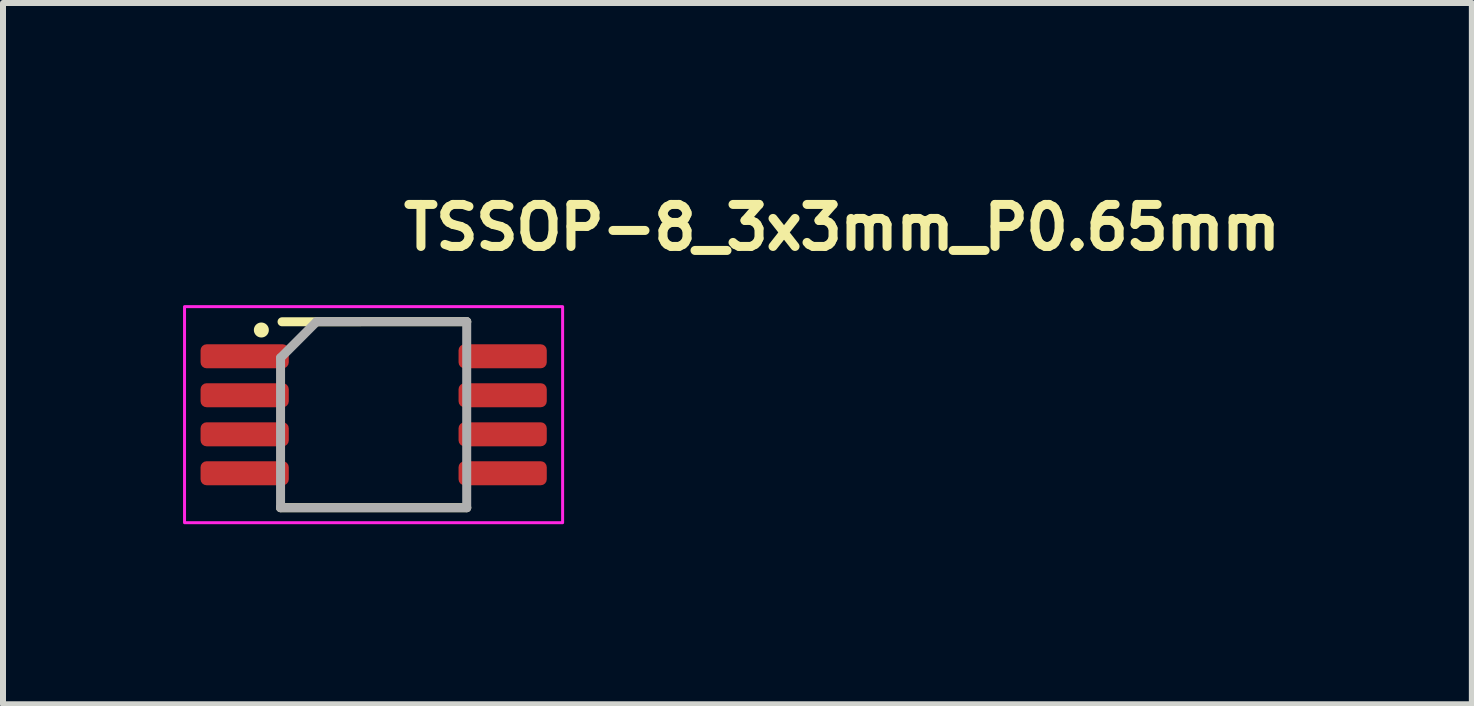
<source format=kicad_pcb>
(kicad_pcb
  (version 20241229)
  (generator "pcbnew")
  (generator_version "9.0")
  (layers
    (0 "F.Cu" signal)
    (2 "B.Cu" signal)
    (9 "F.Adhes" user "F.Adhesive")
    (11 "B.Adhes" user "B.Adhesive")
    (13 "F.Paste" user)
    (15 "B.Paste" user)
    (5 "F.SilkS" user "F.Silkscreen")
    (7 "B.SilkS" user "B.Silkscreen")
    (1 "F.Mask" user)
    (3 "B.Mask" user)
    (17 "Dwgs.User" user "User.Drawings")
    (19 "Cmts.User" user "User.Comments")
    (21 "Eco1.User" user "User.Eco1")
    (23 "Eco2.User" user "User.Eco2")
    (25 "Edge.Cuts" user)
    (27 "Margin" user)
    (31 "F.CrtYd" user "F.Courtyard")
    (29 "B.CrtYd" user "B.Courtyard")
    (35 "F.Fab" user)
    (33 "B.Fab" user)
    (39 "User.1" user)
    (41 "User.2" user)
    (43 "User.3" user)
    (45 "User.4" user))
  (footprint "TSSOP-8_3x3mm_P0.65mm"
    (layer "F.Cu")
    (at 3.175 3.849)
    (property "Reference" "TSSOP-8_3x3mm_P0.65mm" (at 0.424 -2.699 0) (layer "F.SilkS") (effects (font (size 0.7 0.7) (thickness 0.15)) (justify left bottom)))
    (attr smd)
    (fp_line (start -1.55 1.561) (end 1.552 1.561) (stroke (width 0.15) (type solid)) (layer "F.SilkS"))
    (fp_line (start -1.525 -1.537) (end 1.552 -1.539) (stroke (width 0.15) (type solid)) (layer "F.SilkS"))
    (fp_circle (center -1.87 -1.4) (end -1.82 -1.4) (stroke (width 0.15) (type solid)) (fill yes) (layer "F.SilkS"))
    (fp_rect (start -3.15 -1.789) (end 3.15 1.811) (stroke (width 0.05) (type solid)) (fill no) (layer "F.CrtYd"))
    (fp_line (start -1.55 -0.937) (end -1.55 1.561) (stroke (width 0.15) (type solid)) (layer "F.Fab"))
    (fp_line (start -1.55 -0.937) (end -0.949 -1.539) (stroke (width 0.15) (type solid)) (layer "F.Fab"))
    (fp_line (start -1.55 1.561) (end 1.552 1.561) (stroke (width 0.15) (type solid)) (layer "F.Fab"))
    (fp_line (start -0.949 -1.539) (end 1.552 -1.539) (stroke (width 0.15) (type solid)) (layer "F.Fab"))
    (fp_line (start 1.552 -1.539) (end 1.552 1.561) (stroke (width 0.15) (type solid)) (layer "F.Fab"))
    (fp_rect (start -2.449 -1.489) (end 2.451 1.513) (stroke (width 0.1) (type solid)) (fill no) (layer "User.5"))
    (fp_line (start -2.449 -0.806) (end -2.449 -1.12) (stroke (width 0.02) (type solid)) (layer "User.9"))
    (fp_line (start -2.449 -0.155) (end -2.449 -0.471) (stroke (width 0.02) (type solid)) (layer "User.9"))
    (fp_line (start -2.449 0.495) (end -2.449 0.18) (stroke (width 0.02) (type solid)) (layer "User.9"))
    (fp_line (start -2.449 1.145) (end -2.449 0.83) (stroke (width 0.02) (type solid)) (layer "User.9"))
    (fp_line (start -2.167 -1.12) (end -2.449 -1.12) (stroke (width 0.02) (type solid)) (layer "User.9"))
    (fp_line (start -2.167 -0.806) (end -2.449 -0.806) (stroke (width 0.02) (type solid)) (layer "User.9"))
    (fp_line (start -2.167 -0.471) (end -2.449 -0.471) (stroke (width 0.02) (type solid)) (layer "User.9"))
    (fp_line (start -2.167 -0.155) (end -2.449 -0.155) (stroke (width 0.02) (type solid)) (layer "User.9"))
    (fp_line (start -2.167 0.18) (end -2.449 0.18) (stroke (width 0.02) (type solid)) (layer "User.9"))
    (fp_line (start -2.167 0.495) (end -2.449 0.495) (stroke (width 0.02) (type solid)) (layer "User.9"))
    (fp_line (start -2.167 0.83) (end -2.449 0.83) (stroke (width 0.02) (type solid)) (layer "User.9"))
    (fp_line (start -2.167 1.145) (end -2.449 1.145) (stroke (width 0.02) (type solid)) (layer "User.9"))
    (fp_line (start -2.076 -1.12) (end -2.167 -1.12) (stroke (width 0.02) (type solid)) (layer "User.9"))
    (fp_line (start -2.076 -0.806) (end -2.167 -0.806) (stroke (width 0.02) (type solid)) (layer "User.9"))
    (fp_line (start -2.076 -0.471) (end -2.167 -0.471) (stroke (width 0.02) (type solid)) (layer "User.9"))
    (fp_line (start -2.076 -0.155) (end -2.167 -0.155) (stroke (width 0.02) (type solid)) (layer "User.9"))
    (fp_line (start -2.076 0.18) (end -2.167 0.18) (stroke (width 0.02) (type solid)) (layer "User.9"))
    (fp_line (start -2.076 0.495) (end -2.167 0.495) (stroke (width 0.02) (type solid)) (layer "User.9"))
    (fp_line (start -2.076 0.83) (end -2.167 0.83) (stroke (width 0.02) (type solid)) (layer "User.9"))
    (fp_line (start -2.076 1.145) (end -2.167 1.145) (stroke (width 0.02) (type solid)) (layer "User.9"))
    (fp_line (start -2.041 -1.12) (end -2.076 -1.12) (stroke (width 0.02) (type solid)) (layer "User.9"))
    (fp_line (start -2.041 -0.806) (end -2.076 -0.806) (stroke (width 0.02) (type solid)) (layer "User.9"))
    (fp_line (start -2.041 -0.471) (end -2.076 -0.471) (stroke (width 0.02) (type solid)) (layer "User.9"))
    (fp_line (start -2.041 -0.155) (end -2.076 -0.155) (stroke (width 0.02) (type solid)) (layer "User.9"))
    (fp_line (start -2.041 0.18) (end -2.076 0.18) (stroke (width 0.02) (type solid)) (layer "User.9"))
    (fp_line (start -2.041 0.495) (end -2.076 0.495) (stroke (width 0.02) (type solid)) (layer "User.9"))
    (fp_line (start -2.041 0.83) (end -2.076 0.83) (stroke (width 0.02) (type solid)) (layer "User.9"))
    (fp_line (start -2.041 1.145) (end -2.076 1.145) (stroke (width 0.02) (type solid)) (layer "User.9"))
    (fp_line (start -1.766 -1.12) (end -2.041 -1.12) (stroke (width 0.02) (type solid)) (layer "User.9"))
    (fp_line (start -1.766 -0.806) (end -2.041 -0.806) (stroke (width 0.02) (type solid)) (layer "User.9"))
    (fp_line (start -1.766 -0.471) (end -2.041 -0.471) (stroke (width 0.02) (type solid)) (layer "User.9"))
    (fp_line (start -1.766 -0.155) (end -2.041 -0.155) (stroke (width 0.02) (type solid)) (layer "User.9"))
    (fp_line (start -1.766 0.18) (end -2.041 0.18) (stroke (width 0.02) (type solid)) (layer "User.9"))
    (fp_line (start -1.766 0.495) (end -2.041 0.495) (stroke (width 0.02) (type solid)) (layer "User.9"))
    (fp_line (start -1.766 0.83) (end -2.041 0.83) (stroke (width 0.02) (type solid)) (layer "User.9"))
    (fp_line (start -1.766 1.145) (end -2.041 1.145) (stroke (width 0.02) (type solid)) (layer "User.9"))
    (fp_line (start -1.499 -1.338) (end -1.499 -1.338) (stroke (width 0.02) (type solid)) (layer "User.9"))
    (fp_line (start -1.499 -1.338) (end -1.499 1.363) (stroke (width 0.02) (type solid)) (layer "User.9"))
    (fp_line (start -1.499 -1.338) (end -1.498 -1.345) (stroke (width 0.02) (type solid)) (layer "User.9"))
    (fp_line (start -1.499 -1.12) (end -1.766 -1.12) (stroke (width 0.02) (type solid)) (layer "User.9"))
    (fp_line (start -1.499 -0.806) (end -1.766 -0.806) (stroke (width 0.02) (type solid)) (layer "User.9"))
    (fp_line (start -1.499 -0.806) (end -1.499 -1.12) (stroke (width 0.02) (type solid)) (layer "User.9"))
    (fp_line (start -1.499 -0.471) (end -1.766 -0.471) (stroke (width 0.02) (type solid)) (layer "User.9"))
    (fp_line (start -1.499 -0.155) (end -1.766 -0.155) (stroke (width 0.02) (type solid)) (layer "User.9"))
    (fp_line (start -1.499 -0.155) (end -1.499 -0.471) (stroke (width 0.02) (type solid)) (layer "User.9"))
    (fp_line (start -1.499 0.18) (end -1.766 0.18) (stroke (width 0.02) (type solid)) (layer "User.9"))
    (fp_line (start -1.499 0.495) (end -1.766 0.495) (stroke (width 0.02) (type solid)) (layer "User.9"))
    (fp_line (start -1.499 0.495) (end -1.499 0.18) (stroke (width 0.02) (type solid)) (layer "User.9"))
    (fp_line (start -1.499 0.83) (end -1.766 0.83) (stroke (width 0.02) (type solid)) (layer "User.9"))
    (fp_line (start -1.499 1.145) (end -1.766 1.145) (stroke (width 0.02) (type solid)) (layer "User.9"))
    (fp_line (start -1.499 1.145) (end -1.499 0.83) (stroke (width 0.02) (type solid)) (layer "User.9"))
    (fp_line (start -1.499 1.363) (end -1.499 1.363) (stroke (width 0.02) (type solid)) (layer "User.9"))
    (fp_line (start -1.498 -1.353) (end -1.497 -1.36) (stroke (width 0.02) (type solid)) (layer "User.9"))
    (fp_line (start -1.498 -1.345) (end -1.498 -1.353) (stroke (width 0.02) (type solid)) (layer "User.9"))
    (fp_line (start -1.498 1.369) (end -1.499 1.363) (stroke (width 0.02) (type solid)) (layer "User.9"))
    (fp_line (start -1.498 1.376) (end -1.498 1.369) (stroke (width 0.02) (type solid)) (layer "User.9"))
    (fp_line (start -1.497 -1.36) (end -1.496 -1.367) (stroke (width 0.02) (type solid)) (layer "User.9"))
    (fp_line (start -1.497 1.384) (end -1.498 1.376) (stroke (width 0.02) (type solid)) (layer "User.9"))
    (fp_line (start -1.496 -1.367) (end -1.494 -1.374) (stroke (width 0.02) (type solid)) (layer "User.9"))
    (fp_line (start -1.496 1.391) (end -1.497 1.384) (stroke (width 0.02) (type solid)) (layer "User.9"))
    (fp_line (start -1.494 -1.374) (end -1.493 -1.38) (stroke (width 0.02) (type solid)) (layer "User.9"))
    (fp_line (start -1.494 1.397) (end -1.496 1.391) (stroke (width 0.02) (type solid)) (layer "User.9"))
    (fp_line (start -1.493 -1.38) (end -1.49 -1.386) (stroke (width 0.02) (type solid)) (layer "User.9"))
    (fp_line (start -1.493 1.404) (end -1.494 1.397) (stroke (width 0.02) (type solid)) (layer "User.9"))
    (fp_line (start -1.49 -1.386) (end -1.488 -1.393) (stroke (width 0.02) (type solid)) (layer "User.9"))
    (fp_line (start -1.49 1.411) (end -1.493 1.404) (stroke (width 0.02) (type solid)) (layer "User.9"))
    (fp_line (start -1.488 -1.393) (end -1.485 -1.4) (stroke (width 0.02) (type solid)) (layer "User.9"))
    (fp_line (start -1.488 1.417) (end -1.49 1.411) (stroke (width 0.02) (type solid)) (layer "User.9"))
    (fp_line (start -1.485 -1.4) (end -1.482 -1.406) (stroke (width 0.02) (type solid)) (layer "User.9"))
    (fp_line (start -1.485 1.424) (end -1.488 1.417) (stroke (width 0.02) (type solid)) (layer "User.9"))
    (fp_line (start -1.482 -1.406) (end -1.478 -1.413) (stroke (width 0.02) (type solid)) (layer "User.9"))
    (fp_line (start -1.482 1.431) (end -1.485 1.424) (stroke (width 0.02) (type solid)) (layer "User.9"))
    (fp_line (start -1.478 -1.413) (end -1.474 -1.42) (stroke (width 0.02) (type solid)) (layer "User.9"))
    (fp_line (start -1.478 1.436) (end -1.482 1.431) (stroke (width 0.02) (type solid)) (layer "User.9"))
    (fp_line (start -1.474 -1.42) (end -1.47 -1.426) (stroke (width 0.02) (type solid)) (layer "User.9"))
    (fp_line (start -1.474 1.444) (end -1.478 1.436) (stroke (width 0.02) (type solid)) (layer "User.9"))
    (fp_line (start -1.47 -1.426) (end -1.465 -1.432) (stroke (width 0.02) (type solid)) (layer "User.9"))
    (fp_line (start -1.47 1.449) (end -1.474 1.444) (stroke (width 0.02) (type solid)) (layer "User.9"))
    (fp_line (start -1.465 -1.432) (end -1.46 -1.438) (stroke (width 0.02) (type solid)) (layer "User.9"))
    (fp_line (start -1.465 1.456) (end -1.47 1.449) (stroke (width 0.02) (type solid)) (layer "User.9"))
    (fp_line (start -1.46 -1.438) (end -1.455 -1.444) (stroke (width 0.02) (type solid)) (layer "User.9"))
    (fp_line (start -1.46 1.461) (end -1.465 1.456) (stroke (width 0.02) (type solid)) (layer "User.9"))
    (fp_line (start -1.455 -1.444) (end -1.455 -1.444) (stroke (width 0.02) (type solid)) (layer "User.9"))
    (fp_line (start -1.455 -1.444) (end -1.448 -1.449) (stroke (width 0.02) (type solid)) (layer "User.9"))
    (fp_line (start -1.455 1.468) (end -1.46 1.461) (stroke (width 0.02) (type solid)) (layer "User.9"))
    (fp_line (start -1.455 1.468) (end -1.455 1.468) (stroke (width 0.02) (type solid)) (layer "User.9"))
    (fp_line (start -1.448 -1.449) (end -1.443 -1.454) (stroke (width 0.02) (type solid)) (layer "User.9"))
    (fp_line (start -1.448 1.473) (end -1.455 1.468) (stroke (width 0.02) (type solid)) (layer "User.9"))
    (fp_line (start -1.443 -1.454) (end -1.437 -1.459) (stroke (width 0.02) (type solid)) (layer "User.9"))
    (fp_line (start -1.443 1.478) (end -1.448 1.473) (stroke (width 0.02) (type solid)) (layer "User.9"))
    (fp_line (start -1.437 -1.459) (end -1.431 -1.463) (stroke (width 0.02) (type solid)) (layer "User.9"))
    (fp_line (start -1.437 1.484) (end -1.443 1.478) (stroke (width 0.02) (type solid)) (layer "User.9"))
    (fp_line (start -1.431 -1.463) (end -1.424 -1.467) (stroke (width 0.02) (type solid)) (layer "User.9"))
    (fp_line (start -1.431 1.488) (end -1.437 1.484) (stroke (width 0.02) (type solid)) (layer "User.9"))
    (fp_line (start -1.424 -1.467) (end -1.418 -1.471) (stroke (width 0.02) (type solid)) (layer "User.9"))
    (fp_line (start -1.424 1.492) (end -1.431 1.488) (stroke (width 0.02) (type solid)) (layer "User.9"))
    (fp_line (start -1.418 -1.471) (end -1.412 -1.474) (stroke (width 0.02) (type solid)) (layer "User.9"))
    (fp_line (start -1.418 1.496) (end -1.424 1.492) (stroke (width 0.02) (type solid)) (layer "User.9"))
    (fp_line (start -1.412 -1.474) (end -1.405 -1.478) (stroke (width 0.02) (type solid)) (layer "User.9"))
    (fp_line (start -1.412 1.498) (end -1.418 1.496) (stroke (width 0.02) (type solid)) (layer "User.9"))
    (fp_line (start -1.405 -1.478) (end -1.398 -1.48) (stroke (width 0.02) (type solid)) (layer "User.9"))
    (fp_line (start -1.405 1.501) (end -1.412 1.498) (stroke (width 0.02) (type solid)) (layer "User.9"))
    (fp_line (start -1.398 -1.48) (end -1.392 -1.483) (stroke (width 0.02) (type solid)) (layer "User.9"))
    (fp_line (start -1.398 1.504) (end -1.405 1.501) (stroke (width 0.02) (type solid)) (layer "User.9"))
    (fp_line (start -1.392 -1.483) (end -1.385 -1.484) (stroke (width 0.02) (type solid)) (layer "User.9"))
    (fp_line (start -1.392 1.506) (end -1.398 1.504) (stroke (width 0.02) (type solid)) (layer "User.9"))
    (fp_line (start -1.385 -1.484) (end -1.377 -1.486) (stroke (width 0.02) (type solid)) (layer "User.9"))
    (fp_line (start -1.385 1.508) (end -1.392 1.506) (stroke (width 0.02) (type solid)) (layer "User.9"))
    (fp_line (start -1.377 -1.486) (end -1.37 -1.487) (stroke (width 0.02) (type solid)) (layer "User.9"))
    (fp_line (start -1.377 1.509) (end -1.385 1.508) (stroke (width 0.02) (type solid)) (layer "User.9"))
    (fp_line (start -1.37 -1.487) (end -1.363 -1.488) (stroke (width 0.02) (type solid)) (layer "User.9"))
    (fp_line (start -1.37 1.51) (end -1.377 1.509) (stroke (width 0.02) (type solid)) (layer "User.9"))
    (fp_line (start -1.363 -1.488) (end -1.356 -1.488) (stroke (width 0.02) (type solid)) (layer "User.9"))
    (fp_line (start -1.363 1.512) (end -1.37 1.51) (stroke (width 0.02) (type solid)) (layer "User.9"))
    (fp_line (start -1.356 -1.488) (end -1.349 -1.489) (stroke (width 0.02) (type solid)) (layer "User.9"))
    (fp_line (start -1.356 1.512) (end -1.363 1.512) (stroke (width 0.02) (type solid)) (layer "User.9"))
    (fp_line (start -1.349 -1.489) (end -1.349 -1.489) (stroke (width 0.02) (type solid)) (layer "User.9"))
    (fp_line (start -1.349 1.513) (end -1.356 1.512) (stroke (width 0.02) (type solid)) (layer "User.9"))
    (fp_line (start -1.349 1.513) (end -1.349 1.513) (stroke (width 0.02) (type solid)) (layer "User.9"))
    (fp_line (start -1.349 1.513) (end 1.351 1.513) (stroke (width 0.02) (type solid)) (layer "User.9"))
    (fp_line (start -1.124 -1) (end -1.124 -0.997) (stroke (width 0.02) (type solid)) (layer "User.9"))
    (fp_line (start -1.124 -1) (end -1.124 -0.997) (stroke (width 0.02) (type solid)) (layer "User.9"))
    (fp_line (start -1.124 -0.997) (end -1.124 -0.992) (stroke (width 0.02) (type solid)) (layer "User.9"))
    (fp_line (start -1.124 -0.997) (end -1.124 -0.992) (stroke (width 0.02) (type solid)) (layer "User.9"))
    (fp_line (start -1.124 -0.992) (end -1.124 -0.989) (stroke (width 0.02) (type solid)) (layer "User.9"))
    (fp_line (start -1.124 -0.992) (end -1.124 -0.989) (stroke (width 0.02) (type solid)) (layer "User.9"))
    (fp_line (start -1.124 -0.989) (end -1.124 -0.98) (stroke (width 0.02) (type solid)) (layer "User.9"))
    (fp_line (start -1.124 -0.989) (end -1.124 -0.98) (stroke (width 0.02) (type solid)) (layer "User.9"))
    (fp_line (start -1.124 -0.98) (end -1.122 -0.972) (stroke (width 0.02) (type solid)) (layer "User.9"))
    (fp_line (start -1.124 -0.98) (end -1.122 -0.972) (stroke (width 0.02) (type solid)) (layer "User.9"))
    (fp_line (start -1.122 -1.013) (end -1.122 -1.008) (stroke (width 0.02) (type solid)) (layer "User.9"))
    (fp_line (start -1.122 -1.013) (end -1.122 -1.008) (stroke (width 0.02) (type solid)) (layer "User.9"))
    (fp_line (start -1.122 -1.008) (end -1.122 -1.005) (stroke (width 0.02) (type solid)) (layer "User.9"))
    (fp_line (start -1.122 -1.008) (end -1.122 -1.005) (stroke (width 0.02) (type solid)) (layer "User.9"))
    (fp_line (start -1.122 -1.005) (end -1.124 -1) (stroke (width 0.02) (type solid)) (layer "User.9"))
    (fp_line (start -1.122 -1.005) (end -1.124 -1) (stroke (width 0.02) (type solid)) (layer "User.9"))
    (fp_line (start -1.122 -0.972) (end -1.122 -0.963) (stroke (width 0.02) (type solid)) (layer "User.9"))
    (fp_line (start -1.122 -0.972) (end -1.122 -0.963) (stroke (width 0.02) (type solid)) (layer "User.9"))
    (fp_line (start -1.122 -0.963) (end -1.12 -0.955) (stroke (width 0.02) (type solid)) (layer "User.9"))
    (fp_line (start -1.122 -0.963) (end -1.12 -0.955) (stroke (width 0.02) (type solid)) (layer "User.9"))
    (fp_line (start -1.12 -1.021) (end -1.12 -1.016) (stroke (width 0.02) (type solid)) (layer "User.9"))
    (fp_line (start -1.12 -1.021) (end -1.12 -1.016) (stroke (width 0.02) (type solid)) (layer "User.9"))
    (fp_line (start -1.12 -1.016) (end -1.122 -1.013) (stroke (width 0.02) (type solid)) (layer "User.9"))
    (fp_line (start -1.12 -1.016) (end -1.122 -1.013) (stroke (width 0.02) (type solid)) (layer "User.9"))
    (fp_line (start -1.12 -0.955) (end -1.118 -0.948) (stroke (width 0.02) (type solid)) (layer "User.9"))
    (fp_line (start -1.12 -0.955) (end -1.118 -0.948) (stroke (width 0.02) (type solid)) (layer "User.9"))
    (fp_line (start -1.118 -1.029) (end -1.118 -1.024) (stroke (width 0.02) (type solid)) (layer "User.9"))
    (fp_line (start -1.118 -1.029) (end -1.118 -1.024) (stroke (width 0.02) (type solid)) (layer "User.9"))
    (fp_line (start -1.118 -1.024) (end -1.12 -1.021) (stroke (width 0.02) (type solid)) (layer "User.9"))
    (fp_line (start -1.118 -1.024) (end -1.12 -1.021) (stroke (width 0.02) (type solid)) (layer "User.9"))
    (fp_line (start -1.118 -0.948) (end -1.114 -0.941) (stroke (width 0.02) (type solid)) (layer "User.9"))
    (fp_line (start -1.118 -0.948) (end -1.114 -0.941) (stroke (width 0.02) (type solid)) (layer "User.9"))
    (fp_line (start -1.116 -1.033) (end -1.118 -1.029) (stroke (width 0.02) (type solid)) (layer "User.9"))
    (fp_line (start -1.116 -1.033) (end -1.118 -1.029) (stroke (width 0.02) (type solid)) (layer "User.9"))
    (fp_line (start -1.114 -1.035) (end -1.116 -1.033) (stroke (width 0.02) (type solid)) (layer "User.9"))
    (fp_line (start -1.114 -1.035) (end -1.116 -1.033) (stroke (width 0.02) (type solid)) (layer "User.9"))
    (fp_line (start -1.114 -0.941) (end -1.112 -0.933) (stroke (width 0.02) (type solid)) (layer "User.9"))
    (fp_line (start -1.114 -0.941) (end -1.112 -0.933) (stroke (width 0.02) (type solid)) (layer "User.9"))
    (fp_line (start -1.112 -1.044) (end -1.112 -1.039) (stroke (width 0.02) (type solid)) (layer "User.9"))
    (fp_line (start -1.112 -1.044) (end -1.112 -1.039) (stroke (width 0.02) (type solid)) (layer "User.9"))
    (fp_line (start -1.112 -1.039) (end -1.114 -1.035) (stroke (width 0.02) (type solid)) (layer "User.9"))
    (fp_line (start -1.112 -1.039) (end -1.114 -1.035) (stroke (width 0.02) (type solid)) (layer "User.9"))
    (fp_line (start -1.112 -0.933) (end -1.108 -0.926) (stroke (width 0.02) (type solid)) (layer "User.9"))
    (fp_line (start -1.112 -0.933) (end -1.108 -0.926) (stroke (width 0.02) (type solid)) (layer "User.9"))
    (fp_line (start -1.11 -1.047) (end -1.112 -1.044) (stroke (width 0.02) (type solid)) (layer "User.9"))
    (fp_line (start -1.11 -1.047) (end -1.112 -1.044) (stroke (width 0.02) (type solid)) (layer "User.9"))
    (fp_line (start -1.108 -1.05) (end -1.11 -1.047) (stroke (width 0.02) (type solid)) (layer "User.9"))
    (fp_line (start -1.108 -1.05) (end -1.11 -1.047) (stroke (width 0.02) (type solid)) (layer "User.9"))
    (fp_line (start -1.108 -0.926) (end -1.102 -0.919) (stroke (width 0.02) (type solid)) (layer "User.9"))
    (fp_line (start -1.108 -0.926) (end -1.102 -0.919) (stroke (width 0.02) (type solid)) (layer "User.9"))
    (fp_line (start -1.106 -1.053) (end -1.108 -1.05) (stroke (width 0.02) (type solid)) (layer "User.9"))
    (fp_line (start -1.106 -1.053) (end -1.108 -1.05) (stroke (width 0.02) (type solid)) (layer "User.9"))
    (fp_line (start -1.102 -1.057) (end -1.106 -1.053) (stroke (width 0.02) (type solid)) (layer "User.9"))
    (fp_line (start -1.102 -1.057) (end -1.106 -1.053) (stroke (width 0.02) (type solid)) (layer "User.9"))
    (fp_line (start -1.102 -0.919) (end -1.098 -0.912) (stroke (width 0.02) (type solid)) (layer "User.9"))
    (fp_line (start -1.102 -0.919) (end -1.098 -0.912) (stroke (width 0.02) (type solid)) (layer "User.9"))
    (fp_line (start -1.1 -1.061) (end -1.102 -1.057) (stroke (width 0.02) (type solid)) (layer "User.9"))
    (fp_line (start -1.1 -1.061) (end -1.102 -1.057) (stroke (width 0.02) (type solid)) (layer "User.9"))
    (fp_line (start -1.098 -1.064) (end -1.1 -1.061) (stroke (width 0.02) (type solid)) (layer "User.9"))
    (fp_line (start -1.098 -1.064) (end -1.1 -1.061) (stroke (width 0.02) (type solid)) (layer "User.9"))
    (fp_line (start -1.098 -0.912) (end -1.094 -0.905) (stroke (width 0.02) (type solid)) (layer "User.9"))
    (fp_line (start -1.098 -0.912) (end -1.094 -0.905) (stroke (width 0.02) (type solid)) (layer "User.9"))
    (fp_line (start -1.096 -1.067) (end -1.098 -1.064) (stroke (width 0.02) (type solid)) (layer "User.9"))
    (fp_line (start -1.096 -1.067) (end -1.098 -1.064) (stroke (width 0.02) (type solid)) (layer "User.9"))
    (fp_line (start -1.094 -1.07) (end -1.096 -1.067) (stroke (width 0.02) (type solid)) (layer "User.9"))
    (fp_line (start -1.094 -1.07) (end -1.096 -1.067) (stroke (width 0.02) (type solid)) (layer "User.9"))
    (fp_line (start -1.094 -0.905) (end -1.088 -0.9) (stroke (width 0.02) (type solid)) (layer "User.9"))
    (fp_line (start -1.094 -0.905) (end -1.088 -0.9) (stroke (width 0.02) (type solid)) (layer "User.9"))
    (fp_line (start -1.09 -1.073) (end -1.094 -1.07) (stroke (width 0.02) (type solid)) (layer "User.9"))
    (fp_line (start -1.09 -1.073) (end -1.094 -1.07) (stroke (width 0.02) (type solid)) (layer "User.9"))
    (fp_line (start -1.088 -1.077) (end -1.09 -1.073) (stroke (width 0.02) (type solid)) (layer "User.9"))
    (fp_line (start -1.088 -1.077) (end -1.09 -1.073) (stroke (width 0.02) (type solid)) (layer "User.9"))
    (fp_line (start -1.088 -0.9) (end -1.082 -0.894) (stroke (width 0.02) (type solid)) (layer "User.9"))
    (fp_line (start -1.088 -0.9) (end -1.082 -0.894) (stroke (width 0.02) (type solid)) (layer "User.9"))
    (fp_line (start -1.084 -1.08) (end -1.088 -1.077) (stroke (width 0.02) (type solid)) (layer "User.9"))
    (fp_line (start -1.084 -1.08) (end -1.088 -1.077) (stroke (width 0.02) (type solid)) (layer "User.9"))
    (fp_line (start -1.082 -1.082) (end -1.084 -1.08) (stroke (width 0.02) (type solid)) (layer "User.9"))
    (fp_line (start -1.082 -1.082) (end -1.084 -1.08) (stroke (width 0.02) (type solid)) (layer "User.9"))
    (fp_line (start -1.082 -0.894) (end -1.076 -0.889) (stroke (width 0.02) (type solid)) (layer "User.9"))
    (fp_line (start -1.082 -0.894) (end -1.076 -0.889) (stroke (width 0.02) (type solid)) (layer "User.9"))
    (fp_line (start -1.078 -1.084) (end -1.082 -1.082) (stroke (width 0.02) (type solid)) (layer "User.9"))
    (fp_line (start -1.078 -1.084) (end -1.082 -1.082) (stroke (width 0.02) (type solid)) (layer "User.9"))
    (fp_line (start -1.076 -1.087) (end -1.078 -1.084) (stroke (width 0.02) (type solid)) (layer "User.9"))
    (fp_line (start -1.076 -1.087) (end -1.078 -1.084) (stroke (width 0.02) (type solid)) (layer "User.9"))
    (fp_line (start -1.076 -0.889) (end -1.068 -0.885) (stroke (width 0.02) (type solid)) (layer "User.9"))
    (fp_line (start -1.076 -0.889) (end -1.068 -0.885) (stroke (width 0.02) (type solid)) (layer "User.9"))
    (fp_line (start -1.072 -1.089) (end -1.076 -1.087) (stroke (width 0.02) (type solid)) (layer "User.9"))
    (fp_line (start -1.072 -1.089) (end -1.076 -1.087) (stroke (width 0.02) (type solid)) (layer "User.9"))
    (fp_line (start -1.068 -1.092) (end -1.072 -1.089) (stroke (width 0.02) (type solid)) (layer "User.9"))
    (fp_line (start -1.068 -1.092) (end -1.072 -1.089) (stroke (width 0.02) (type solid)) (layer "User.9"))
    (fp_line (start -1.068 -0.885) (end -1.062 -0.879) (stroke (width 0.02) (type solid)) (layer "User.9"))
    (fp_line (start -1.068 -0.885) (end -1.062 -0.879) (stroke (width 0.02) (type solid)) (layer "User.9"))
    (fp_line (start -1.066 -1.095) (end -1.068 -1.092) (stroke (width 0.02) (type solid)) (layer "User.9"))
    (fp_line (start -1.066 -1.095) (end -1.068 -1.092) (stroke (width 0.02) (type solid)) (layer "User.9"))
    (fp_line (start -1.062 -1.097) (end -1.066 -1.095) (stroke (width 0.02) (type solid)) (layer "User.9"))
    (fp_line (start -1.062 -1.097) (end -1.066 -1.095) (stroke (width 0.02) (type solid)) (layer "User.9"))
    (fp_line (start -1.062 -1.097) (end -1.062 -1.097) (stroke (width 0.02) (type solid)) (layer "User.9"))
    (fp_line (start -1.062 -1.097) (end -1.062 -1.097) (stroke (width 0.02) (type solid)) (layer "User.9"))
    (fp_line (start -1.062 -0.879) (end -1.062 -0.879) (stroke (width 0.02) (type solid)) (layer "User.9"))
    (fp_line (start -1.062 -0.879) (end -1.062 -0.879) (stroke (width 0.02) (type solid)) (layer "User.9"))
    (fp_line (start -1.062 -0.879) (end -1.054 -0.875) (stroke (width 0.02) (type solid)) (layer "User.9"))
    (fp_line (start -1.062 -0.879) (end -1.054 -0.875) (stroke (width 0.02) (type solid)) (layer "User.9"))
    (fp_line (start -1.054 -1.101) (end -1.062 -1.097) (stroke (width 0.02) (type solid)) (layer "User.9"))
    (fp_line (start -1.054 -1.101) (end -1.062 -1.097) (stroke (width 0.02) (type solid)) (layer "User.9"))
    (fp_line (start -1.054 -0.875) (end -1.046 -0.873) (stroke (width 0.02) (type solid)) (layer "User.9"))
    (fp_line (start -1.054 -0.875) (end -1.046 -0.873) (stroke (width 0.02) (type solid)) (layer "User.9"))
    (fp_line (start -1.046 -1.104) (end -1.054 -1.101) (stroke (width 0.02) (type solid)) (layer "User.9"))
    (fp_line (start -1.046 -1.104) (end -1.054 -1.101) (stroke (width 0.02) (type solid)) (layer "User.9"))
    (fp_line (start -1.046 -0.873) (end -1.038 -0.87) (stroke (width 0.02) (type solid)) (layer "User.9"))
    (fp_line (start -1.046 -0.873) (end -1.038 -0.87) (stroke (width 0.02) (type solid)) (layer "User.9"))
    (fp_line (start -1.038 -1.107) (end -1.046 -1.104) (stroke (width 0.02) (type solid)) (layer "User.9"))
    (fp_line (start -1.038 -1.107) (end -1.046 -1.104) (stroke (width 0.02) (type solid)) (layer "User.9"))
    (fp_line (start -1.038 -0.87) (end -1.032 -0.868) (stroke (width 0.02) (type solid)) (layer "User.9"))
    (fp_line (start -1.038 -0.87) (end -1.032 -0.868) (stroke (width 0.02) (type solid)) (layer "User.9"))
    (fp_line (start -1.032 -1.108) (end -1.038 -1.107) (stroke (width 0.02) (type solid)) (layer "User.9"))
    (fp_line (start -1.032 -1.108) (end -1.038 -1.107) (stroke (width 0.02) (type solid)) (layer "User.9"))
    (fp_line (start -1.032 -0.868) (end -1.024 -0.865) (stroke (width 0.02) (type solid)) (layer "User.9"))
    (fp_line (start -1.032 -0.868) (end -1.024 -0.865) (stroke (width 0.02) (type solid)) (layer "User.9"))
    (fp_line (start -1.024 -1.11) (end -1.032 -1.108) (stroke (width 0.02) (type solid)) (layer "User.9"))
    (fp_line (start -1.024 -1.11) (end -1.032 -1.108) (stroke (width 0.02) (type solid)) (layer "User.9"))
    (fp_line (start -1.024 -0.865) (end -1.016 -0.864) (stroke (width 0.02) (type solid)) (layer "User.9"))
    (fp_line (start -1.024 -0.865) (end -1.016 -0.864) (stroke (width 0.02) (type solid)) (layer "User.9"))
    (fp_line (start -1.016 -1.111) (end -1.024 -1.11) (stroke (width 0.02) (type solid)) (layer "User.9"))
    (fp_line (start -1.016 -1.111) (end -1.024 -1.11) (stroke (width 0.02) (type solid)) (layer "User.9"))
    (fp_line (start -1.016 -0.864) (end -1.008 -0.863) (stroke (width 0.02) (type solid)) (layer "User.9"))
    (fp_line (start -1.016 -0.864) (end -1.008 -0.863) (stroke (width 0.02) (type solid)) (layer "User.9"))
    (fp_line (start -1.008 -1.112) (end -1.016 -1.111) (stroke (width 0.02) (type solid)) (layer "User.9"))
    (fp_line (start -1.008 -1.112) (end -1.016 -1.111) (stroke (width 0.02) (type solid)) (layer "User.9"))
    (fp_line (start -1.008 -0.863) (end -1 -0.863) (stroke (width 0.02) (type solid)) (layer "User.9"))
    (fp_line (start -1.008 -0.863) (end -1 -0.863) (stroke (width 0.02) (type solid)) (layer "User.9"))
    (fp_line (start -1 -1.113) (end -1.008 -1.112) (stroke (width 0.02) (type solid)) (layer "User.9"))
    (fp_line (start -1 -1.113) (end -1.008 -1.112) (stroke (width 0.02) (type solid)) (layer "User.9"))
    (fp_line (start -1 -0.863) (end -0.991 -0.863) (stroke (width 0.02) (type solid)) (layer "User.9"))
    (fp_line (start -1 -0.863) (end -0.991 -0.863) (stroke (width 0.02) (type solid)) (layer "User.9"))
    (fp_line (start -0.991 -1.112) (end -1 -1.113) (stroke (width 0.02) (type solid)) (layer "User.9"))
    (fp_line (start -0.991 -1.112) (end -1 -1.113) (stroke (width 0.02) (type solid)) (layer "User.9"))
    (fp_line (start -0.991 -0.863) (end -0.983 -0.864) (stroke (width 0.02) (type solid)) (layer "User.9"))
    (fp_line (start -0.991 -0.863) (end -0.983 -0.864) (stroke (width 0.02) (type solid)) (layer "User.9"))
    (fp_line (start -0.983 -1.111) (end -0.991 -1.112) (stroke (width 0.02) (type solid)) (layer "User.9"))
    (fp_line (start -0.983 -1.111) (end -0.991 -1.112) (stroke (width 0.02) (type solid)) (layer "User.9"))
    (fp_line (start -0.983 -0.864) (end -0.975 -0.865) (stroke (width 0.02) (type solid)) (layer "User.9"))
    (fp_line (start -0.983 -0.864) (end -0.975 -0.865) (stroke (width 0.02) (type solid)) (layer "User.9"))
    (fp_line (start -0.975 -1.11) (end -0.983 -1.111) (stroke (width 0.02) (type solid)) (layer "User.9"))
    (fp_line (start -0.975 -1.11) (end -0.983 -1.111) (stroke (width 0.02) (type solid)) (layer "User.9"))
    (fp_line (start -0.975 -0.865) (end -0.967 -0.868) (stroke (width 0.02) (type solid)) (layer "User.9"))
    (fp_line (start -0.975 -0.865) (end -0.967 -0.868) (stroke (width 0.02) (type solid)) (layer "User.9"))
    (fp_line (start -0.967 -1.108) (end -0.975 -1.11) (stroke (width 0.02) (type solid)) (layer "User.9"))
    (fp_line (start -0.967 -1.108) (end -0.975 -1.11) (stroke (width 0.02) (type solid)) (layer "User.9"))
    (fp_line (start -0.967 -0.868) (end -0.959 -0.87) (stroke (width 0.02) (type solid)) (layer "User.9"))
    (fp_line (start -0.967 -0.868) (end -0.959 -0.87) (stroke (width 0.02) (type solid)) (layer "User.9"))
    (fp_line (start -0.959 -1.107) (end -0.967 -1.108) (stroke (width 0.02) (type solid)) (layer "User.9"))
    (fp_line (start -0.959 -1.107) (end -0.967 -1.108) (stroke (width 0.02) (type solid)) (layer "User.9"))
    (fp_line (start -0.959 -0.87) (end -0.951 -0.873) (stroke (width 0.02) (type solid)) (layer "User.9"))
    (fp_line (start -0.959 -0.87) (end -0.951 -0.873) (stroke (width 0.02) (type solid)) (layer "User.9"))
    (fp_line (start -0.951 -1.104) (end -0.959 -1.107) (stroke (width 0.02) (type solid)) (layer "User.9"))
    (fp_line (start -0.951 -1.104) (end -0.959 -1.107) (stroke (width 0.02) (type solid)) (layer "User.9"))
    (fp_line (start -0.951 -0.873) (end -0.943 -0.875) (stroke (width 0.02) (type solid)) (layer "User.9"))
    (fp_line (start -0.951 -0.873) (end -0.943 -0.875) (stroke (width 0.02) (type solid)) (layer "User.9"))
    (fp_line (start -0.943 -1.101) (end -0.951 -1.104) (stroke (width 0.02) (type solid)) (layer "User.9"))
    (fp_line (start -0.943 -1.101) (end -0.951 -1.104) (stroke (width 0.02) (type solid)) (layer "User.9"))
    (fp_line (start -0.943 -0.875) (end -0.937 -0.879) (stroke (width 0.02) (type solid)) (layer "User.9"))
    (fp_line (start -0.943 -0.875) (end -0.937 -0.879) (stroke (width 0.02) (type solid)) (layer "User.9"))
    (fp_line (start -0.937 -1.097) (end -0.943 -1.101) (stroke (width 0.02) (type solid)) (layer "User.9"))
    (fp_line (start -0.937 -1.097) (end -0.943 -1.101) (stroke (width 0.02) (type solid)) (layer "User.9"))
    (fp_line (start -0.937 -1.097) (end -0.937 -1.097) (stroke (width 0.02) (type solid)) (layer "User.9"))
    (fp_line (start -0.937 -1.097) (end -0.937 -1.097) (stroke (width 0.02) (type solid)) (layer "User.9"))
    (fp_line (start -0.937 -0.879) (end -0.937 -0.879) (stroke (width 0.02) (type solid)) (layer "User.9"))
    (fp_line (start -0.937 -0.879) (end -0.937 -0.879) (stroke (width 0.02) (type solid)) (layer "User.9"))
    (fp_line (start -0.937 -0.879) (end -0.933 -0.881) (stroke (width 0.02) (type solid)) (layer "User.9"))
    (fp_line (start -0.937 -0.879) (end -0.933 -0.881) (stroke (width 0.02) (type solid)) (layer "User.9"))
    (fp_line (start -0.933 -0.881) (end -0.929 -0.885) (stroke (width 0.02) (type solid)) (layer "User.9"))
    (fp_line (start -0.933 -0.881) (end -0.929 -0.885) (stroke (width 0.02) (type solid)) (layer "User.9"))
    (fp_line (start -0.929 -1.092) (end -0.937 -1.097) (stroke (width 0.02) (type solid)) (layer "User.9"))
    (fp_line (start -0.929 -1.092) (end -0.937 -1.097) (stroke (width 0.02) (type solid)) (layer "User.9"))
    (fp_line (start -0.929 -0.885) (end -0.927 -0.887) (stroke (width 0.02) (type solid)) (layer "User.9"))
    (fp_line (start -0.929 -0.885) (end -0.927 -0.887) (stroke (width 0.02) (type solid)) (layer "User.9"))
    (fp_line (start -0.927 -0.887) (end -0.923 -0.889) (stroke (width 0.02) (type solid)) (layer "User.9"))
    (fp_line (start -0.927 -0.887) (end -0.923 -0.889) (stroke (width 0.02) (type solid)) (layer "User.9"))
    (fp_line (start -0.923 -1.087) (end -0.929 -1.092) (stroke (width 0.02) (type solid)) (layer "User.9"))
    (fp_line (start -0.923 -1.087) (end -0.929 -1.092) (stroke (width 0.02) (type solid)) (layer "User.9"))
    (fp_line (start -0.923 -0.889) (end -0.919 -0.891) (stroke (width 0.02) (type solid)) (layer "User.9"))
    (fp_line (start -0.923 -0.889) (end -0.919 -0.891) (stroke (width 0.02) (type solid)) (layer "User.9"))
    (fp_line (start -0.919 -0.891) (end -0.917 -0.894) (stroke (width 0.02) (type solid)) (layer "User.9"))
    (fp_line (start -0.919 -0.891) (end -0.917 -0.894) (stroke (width 0.02) (type solid)) (layer "User.9"))
    (fp_line (start -0.917 -1.082) (end -0.923 -1.087) (stroke (width 0.02) (type solid)) (layer "User.9"))
    (fp_line (start -0.917 -1.082) (end -0.923 -1.087) (stroke (width 0.02) (type solid)) (layer "User.9"))
    (fp_line (start -0.917 -0.894) (end -0.913 -0.896) (stroke (width 0.02) (type solid)) (layer "User.9"))
    (fp_line (start -0.917 -0.894) (end -0.913 -0.896) (stroke (width 0.02) (type solid)) (layer "User.9"))
    (fp_line (start -0.913 -0.896) (end -0.911 -0.9) (stroke (width 0.02) (type solid)) (layer "User.9"))
    (fp_line (start -0.913 -0.896) (end -0.911 -0.9) (stroke (width 0.02) (type solid)) (layer "User.9"))
    (fp_line (start -0.911 -1.077) (end -0.917 -1.082) (stroke (width 0.02) (type solid)) (layer "User.9"))
    (fp_line (start -0.911 -1.077) (end -0.917 -1.082) (stroke (width 0.02) (type solid)) (layer "User.9"))
    (fp_line (start -0.911 -0.9) (end -0.907 -0.903) (stroke (width 0.02) (type solid)) (layer "User.9"))
    (fp_line (start -0.911 -0.9) (end -0.907 -0.903) (stroke (width 0.02) (type solid)) (layer "User.9"))
    (fp_line (start -0.907 -0.903) (end -0.905 -0.905) (stroke (width 0.02) (type solid)) (layer "User.9"))
    (fp_line (start -0.907 -0.903) (end -0.905 -0.905) (stroke (width 0.02) (type solid)) (layer "User.9"))
    (fp_line (start -0.905 -1.07) (end -0.911 -1.077) (stroke (width 0.02) (type solid)) (layer "User.9"))
    (fp_line (start -0.905 -1.07) (end -0.911 -1.077) (stroke (width 0.02) (type solid)) (layer "User.9"))
    (fp_line (start -0.905 -0.905) (end -0.903 -0.909) (stroke (width 0.02) (type solid)) (layer "User.9"))
    (fp_line (start -0.905 -0.905) (end -0.903 -0.909) (stroke (width 0.02) (type solid)) (layer "User.9"))
    (fp_line (start -0.903 -0.909) (end -0.899 -0.912) (stroke (width 0.02) (type solid)) (layer "User.9"))
    (fp_line (start -0.903 -0.909) (end -0.899 -0.912) (stroke (width 0.02) (type solid)) (layer "User.9"))
    (fp_line (start -0.899 -1.064) (end -0.905 -1.07) (stroke (width 0.02) (type solid)) (layer "User.9"))
    (fp_line (start -0.899 -1.064) (end -0.905 -1.07) (stroke (width 0.02) (type solid)) (layer "User.9"))
    (fp_line (start -0.899 -0.912) (end -0.897 -0.916) (stroke (width 0.02) (type solid)) (layer "User.9"))
    (fp_line (start -0.899 -0.912) (end -0.897 -0.916) (stroke (width 0.02) (type solid)) (layer "User.9"))
    (fp_line (start -0.897 -0.916) (end -0.895 -0.919) (stroke (width 0.02) (type solid)) (layer "User.9"))
    (fp_line (start -0.897 -0.916) (end -0.895 -0.919) (stroke (width 0.02) (type solid)) (layer "User.9"))
    (fp_line (start -0.895 -1.057) (end -0.899 -1.064) (stroke (width 0.02) (type solid)) (layer "User.9"))
    (fp_line (start -0.895 -1.057) (end -0.899 -1.064) (stroke (width 0.02) (type solid)) (layer "User.9"))
    (fp_line (start -0.895 -0.919) (end -0.893 -0.922) (stroke (width 0.02) (type solid)) (layer "User.9"))
    (fp_line (start -0.895 -0.919) (end -0.893 -0.922) (stroke (width 0.02) (type solid)) (layer "User.9"))
    (fp_line (start -0.893 -0.922) (end -0.891 -0.926) (stroke (width 0.02) (type solid)) (layer "User.9"))
    (fp_line (start -0.893 -0.922) (end -0.891 -0.926) (stroke (width 0.02) (type solid)) (layer "User.9"))
    (fp_line (start -0.891 -1.05) (end -0.895 -1.057) (stroke (width 0.02) (type solid)) (layer "User.9"))
    (fp_line (start -0.891 -1.05) (end -0.895 -1.057) (stroke (width 0.02) (type solid)) (layer "User.9"))
    (fp_line (start -0.891 -0.926) (end -0.889 -0.929) (stroke (width 0.02) (type solid)) (layer "User.9"))
    (fp_line (start -0.891 -0.926) (end -0.889 -0.929) (stroke (width 0.02) (type solid)) (layer "User.9"))
    (fp_line (start -0.889 -0.929) (end -0.887 -0.933) (stroke (width 0.02) (type solid)) (layer "User.9"))
    (fp_line (start -0.889 -0.929) (end -0.887 -0.933) (stroke (width 0.02) (type solid)) (layer "User.9"))
    (fp_line (start -0.887 -1.044) (end -0.891 -1.05) (stroke (width 0.02) (type solid)) (layer "User.9"))
    (fp_line (start -0.887 -1.044) (end -0.891 -1.05) (stroke (width 0.02) (type solid)) (layer "User.9"))
    (fp_line (start -0.887 -0.933) (end -0.885 -0.936) (stroke (width 0.02) (type solid)) (layer "User.9"))
    (fp_line (start -0.887 -0.933) (end -0.885 -0.936) (stroke (width 0.02) (type solid)) (layer "User.9"))
    (fp_line (start -0.885 -0.936) (end -0.883 -0.941) (stroke (width 0.02) (type solid)) (layer "User.9"))
    (fp_line (start -0.885 -0.936) (end -0.883 -0.941) (stroke (width 0.02) (type solid)) (layer "User.9"))
    (fp_line (start -0.883 -1.035) (end -0.887 -1.044) (stroke (width 0.02) (type solid)) (layer "User.9"))
    (fp_line (start -0.883 -1.035) (end -0.887 -1.044) (stroke (width 0.02) (type solid)) (layer "User.9"))
    (fp_line (start -0.883 -0.944) (end -0.881 -0.948) (stroke (width 0.02) (type solid)) (layer "User.9"))
    (fp_line (start -0.883 -0.944) (end -0.881 -0.948) (stroke (width 0.02) (type solid)) (layer "User.9"))
    (fp_line (start -0.883 -0.941) (end -0.883 -0.944) (stroke (width 0.02) (type solid)) (layer "User.9"))
    (fp_line (start -0.883 -0.941) (end -0.883 -0.944) (stroke (width 0.02) (type solid)) (layer "User.9"))
    (fp_line (start -0.881 -1.029) (end -0.883 -1.035) (stroke (width 0.02) (type solid)) (layer "User.9"))
    (fp_line (start -0.881 -1.029) (end -0.883 -1.035) (stroke (width 0.02) (type solid)) (layer "User.9"))
    (fp_line (start -0.881 -0.948) (end -0.879 -0.952) (stroke (width 0.02) (type solid)) (layer "User.9"))
    (fp_line (start -0.881 -0.948) (end -0.879 -0.952) (stroke (width 0.02) (type solid)) (layer "User.9"))
    (fp_line (start -0.879 -1.021) (end -0.881 -1.029) (stroke (width 0.02) (type solid)) (layer "User.9"))
    (fp_line (start -0.879 -1.021) (end -0.881 -1.029) (stroke (width 0.02) (type solid)) (layer "User.9"))
    (fp_line (start -0.879 -0.955) (end -0.877 -0.959) (stroke (width 0.02) (type solid)) (layer "User.9"))
    (fp_line (start -0.879 -0.955) (end -0.877 -0.959) (stroke (width 0.02) (type solid)) (layer "User.9"))
    (fp_line (start -0.879 -0.952) (end -0.879 -0.955) (stroke (width 0.02) (type solid)) (layer "User.9"))
    (fp_line (start -0.879 -0.952) (end -0.879 -0.955) (stroke (width 0.02) (type solid)) (layer "User.9"))
    (fp_line (start -0.877 -1.013) (end -0.879 -1.021) (stroke (width 0.02) (type solid)) (layer "User.9"))
    (fp_line (start -0.877 -1.013) (end -0.879 -1.021) (stroke (width 0.02) (type solid)) (layer "User.9"))
    (fp_line (start -0.877 -0.963) (end -0.875 -0.967) (stroke (width 0.02) (type solid)) (layer "User.9"))
    (fp_line (start -0.877 -0.963) (end -0.875 -0.967) (stroke (width 0.02) (type solid)) (layer "User.9"))
    (fp_line (start -0.877 -0.959) (end -0.877 -0.963) (stroke (width 0.02) (type solid)) (layer "User.9"))
    (fp_line (start -0.877 -0.959) (end -0.877 -0.963) (stroke (width 0.02) (type solid)) (layer "User.9"))
    (fp_line (start -0.875 -1.005) (end -0.877 -1.013) (stroke (width 0.02) (type solid)) (layer "User.9"))
    (fp_line (start -0.875 -1.005) (end -0.877 -1.013) (stroke (width 0.02) (type solid)) (layer "User.9"))
    (fp_line (start -0.875 -0.997) (end -0.875 -1.005) (stroke (width 0.02) (type solid)) (layer "User.9"))
    (fp_line (start -0.875 -0.997) (end -0.875 -1.005) (stroke (width 0.02) (type solid)) (layer "User.9"))
    (fp_line (start -0.875 -0.989) (end -0.875 -0.997) (stroke (width 0.02) (type solid)) (layer "User.9"))
    (fp_line (start -0.875 -0.989) (end -0.875 -0.997) (stroke (width 0.02) (type solid)) (layer "User.9"))
    (fp_line (start -0.875 -0.984) (end -0.875 -0.989) (stroke (width 0.02) (type solid)) (layer "User.9"))
    (fp_line (start -0.875 -0.984) (end -0.875 -0.989) (stroke (width 0.02) (type solid)) (layer "User.9"))
    (fp_line (start -0.875 -0.98) (end -0.875 -0.984) (stroke (width 0.02) (type solid)) (layer "User.9"))
    (fp_line (start -0.875 -0.98) (end -0.875 -0.984) (stroke (width 0.02) (type solid)) (layer "User.9"))
    (fp_line (start -0.875 -0.976) (end -0.875 -0.98) (stroke (width 0.02) (type solid)) (layer "User.9"))
    (fp_line (start -0.875 -0.976) (end -0.875 -0.98) (stroke (width 0.02) (type solid)) (layer "User.9"))
    (fp_line (start -0.875 -0.972) (end -0.875 -0.976) (stroke (width 0.02) (type solid)) (layer "User.9"))
    (fp_line (start -0.875 -0.972) (end -0.875 -0.976) (stroke (width 0.02) (type solid)) (layer "User.9"))
    (fp_line (start -0.875 -0.967) (end -0.875 -0.972) (stroke (width 0.02) (type solid)) (layer "User.9"))
    (fp_line (start -0.875 -0.967) (end -0.875 -0.972) (stroke (width 0.02) (type solid)) (layer "User.9"))
    (fp_line (start 1.351 -1.489) (end -1.349 -1.489) (stroke (width 0.02) (type solid)) (layer "User.9"))
    (fp_line (start 1.351 -1.489) (end 1.351 -1.489) (stroke (width 0.02) (type solid)) (layer "User.9"))
    (fp_line (start 1.351 -1.489) (end 1.359 -1.488) (stroke (width 0.02) (type solid)) (layer "User.9"))
    (fp_line (start 1.351 1.513) (end 1.351 1.513) (stroke (width 0.02) (type solid)) (layer "User.9"))
    (fp_line (start 1.359 -1.488) (end 1.366 -1.488) (stroke (width 0.02) (type solid)) (layer "User.9"))
    (fp_line (start 1.359 1.512) (end 1.351 1.513) (stroke (width 0.02) (type solid)) (layer "User.9"))
    (fp_line (start 1.366 -1.488) (end 1.372 -1.487) (stroke (width 0.02) (type solid)) (layer "User.9"))
    (fp_line (start 1.366 1.512) (end 1.359 1.512) (stroke (width 0.02) (type solid)) (layer "User.9"))
    (fp_line (start 1.372 -1.487) (end 1.379 -1.486) (stroke (width 0.02) (type solid)) (layer "User.9"))
    (fp_line (start 1.372 1.51) (end 1.366 1.512) (stroke (width 0.02) (type solid)) (layer "User.9"))
    (fp_line (start 1.379 -1.486) (end 1.387 -1.484) (stroke (width 0.02) (type solid)) (layer "User.9"))
    (fp_line (start 1.379 1.509) (end 1.372 1.51) (stroke (width 0.02) (type solid)) (layer "User.9"))
    (fp_line (start 1.387 -1.484) (end 1.394 -1.483) (stroke (width 0.02) (type solid)) (layer "User.9"))
    (fp_line (start 1.387 1.508) (end 1.379 1.509) (stroke (width 0.02) (type solid)) (layer "User.9"))
    (fp_line (start 1.394 -1.483) (end 1.399 -1.48) (stroke (width 0.02) (type solid)) (layer "User.9"))
    (fp_line (start 1.394 1.506) (end 1.387 1.508) (stroke (width 0.02) (type solid)) (layer "User.9"))
    (fp_line (start 1.399 -1.48) (end 1.407 -1.478) (stroke (width 0.02) (type solid)) (layer "User.9"))
    (fp_line (start 1.399 1.504) (end 1.394 1.506) (stroke (width 0.02) (type solid)) (layer "User.9"))
    (fp_line (start 1.407 -1.478) (end 1.414 -1.474) (stroke (width 0.02) (type solid)) (layer "User.9"))
    (fp_line (start 1.407 1.501) (end 1.399 1.504) (stroke (width 0.02) (type solid)) (layer "User.9"))
    (fp_line (start 1.414 -1.474) (end 1.419 -1.471) (stroke (width 0.02) (type solid)) (layer "User.9"))
    (fp_line (start 1.414 1.498) (end 1.407 1.501) (stroke (width 0.02) (type solid)) (layer "User.9"))
    (fp_line (start 1.419 -1.471) (end 1.426 -1.467) (stroke (width 0.02) (type solid)) (layer "User.9"))
    (fp_line (start 1.419 1.496) (end 1.414 1.498) (stroke (width 0.02) (type solid)) (layer "User.9"))
    (fp_line (start 1.426 -1.467) (end 1.432 -1.463) (stroke (width 0.02) (type solid)) (layer "User.9"))
    (fp_line (start 1.426 1.492) (end 1.419 1.496) (stroke (width 0.02) (type solid)) (layer "User.9"))
    (fp_line (start 1.432 -1.463) (end 1.439 -1.459) (stroke (width 0.02) (type solid)) (layer "User.9"))
    (fp_line (start 1.432 1.488) (end 1.426 1.492) (stroke (width 0.02) (type solid)) (layer "User.9"))
    (fp_line (start 1.439 -1.459) (end 1.444 -1.454) (stroke (width 0.02) (type solid)) (layer "User.9"))
    (fp_line (start 1.439 1.484) (end 1.432 1.488) (stroke (width 0.02) (type solid)) (layer "User.9"))
    (fp_line (start 1.444 -1.454) (end 1.451 -1.449) (stroke (width 0.02) (type solid)) (layer "User.9"))
    (fp_line (start 1.444 1.478) (end 1.439 1.484) (stroke (width 0.02) (type solid)) (layer "User.9"))
    (fp_line (start 1.451 -1.449) (end 1.457 -1.444) (stroke (width 0.02) (type solid)) (layer "User.9"))
    (fp_line (start 1.451 1.473) (end 1.444 1.478) (stroke (width 0.02) (type solid)) (layer "User.9"))
    (fp_line (start 1.457 -1.444) (end 1.457 -1.444) (stroke (width 0.02) (type solid)) (layer "User.9"))
    (fp_line (start 1.457 -1.444) (end 1.463 -1.438) (stroke (width 0.02) (type solid)) (layer "User.9"))
    (fp_line (start 1.457 1.468) (end 1.451 1.473) (stroke (width 0.02) (type solid)) (layer "User.9"))
    (fp_line (start 1.457 1.468) (end 1.457 1.468) (stroke (width 0.02) (type solid)) (layer "User.9"))
    (fp_line (start 1.463 -1.438) (end 1.468 -1.432) (stroke (width 0.02) (type solid)) (layer "User.9"))
    (fp_line (start 1.463 1.461) (end 1.457 1.468) (stroke (width 0.02) (type solid)) (layer "User.9"))
    (fp_line (start 1.468 -1.432) (end 1.472 -1.426) (stroke (width 0.02) (type solid)) (layer "User.9"))
    (fp_line (start 1.468 1.456) (end 1.463 1.461) (stroke (width 0.02) (type solid)) (layer "User.9"))
    (fp_line (start 1.472 -1.426) (end 1.476 -1.42) (stroke (width 0.02) (type solid)) (layer "User.9"))
    (fp_line (start 1.472 1.449) (end 1.468 1.456) (stroke (width 0.02) (type solid)) (layer "User.9"))
    (fp_line (start 1.476 -1.42) (end 1.48 -1.413) (stroke (width 0.02) (type solid)) (layer "User.9"))
    (fp_line (start 1.476 1.444) (end 1.472 1.449) (stroke (width 0.02) (type solid)) (layer "User.9"))
    (fp_line (start 1.48 -1.413) (end 1.484 -1.406) (stroke (width 0.02) (type solid)) (layer "User.9"))
    (fp_line (start 1.48 1.436) (end 1.476 1.444) (stroke (width 0.02) (type solid)) (layer "User.9"))
    (fp_line (start 1.484 -1.406) (end 1.488 -1.4) (stroke (width 0.02) (type solid)) (layer "User.9"))
    (fp_line (start 1.484 1.431) (end 1.48 1.436) (stroke (width 0.02) (type solid)) (layer "User.9"))
    (fp_line (start 1.488 -1.4) (end 1.491 -1.393) (stroke (width 0.02) (type solid)) (layer "User.9"))
    (fp_line (start 1.488 1.424) (end 1.484 1.431) (stroke (width 0.02) (type solid)) (layer "User.9"))
    (fp_line (start 1.491 -1.393) (end 1.492 -1.386) (stroke (width 0.02) (type solid)) (layer "User.9"))
    (fp_line (start 1.491 1.417) (end 1.488 1.424) (stroke (width 0.02) (type solid)) (layer "User.9"))
    (fp_line (start 1.492 -1.386) (end 1.496 -1.38) (stroke (width 0.02) (type solid)) (layer "User.9"))
    (fp_line (start 1.492 1.411) (end 1.491 1.417) (stroke (width 0.02) (type solid)) (layer "User.9"))
    (fp_line (start 1.496 -1.38) (end 1.496 -1.374) (stroke (width 0.02) (type solid)) (layer "User.9"))
    (fp_line (start 1.496 -1.374) (end 1.499 -1.367) (stroke (width 0.02) (type solid)) (layer "User.9"))
    (fp_line (start 1.496 1.397) (end 1.496 1.404) (stroke (width 0.02) (type solid)) (layer "User.9"))
    (fp_line (start 1.496 1.404) (end 1.492 1.411) (stroke (width 0.02) (type solid)) (layer "User.9"))
    (fp_line (start 1.499 -1.367) (end 1.5 -1.36) (stroke (width 0.02) (type solid)) (layer "User.9"))
    (fp_line (start 1.499 1.391) (end 1.496 1.397) (stroke (width 0.02) (type solid)) (layer "User.9"))
    (fp_line (start 1.5 -1.36) (end 1.5 -1.353) (stroke (width 0.02) (type solid)) (layer "User.9"))
    (fp_line (start 1.5 -1.353) (end 1.5 -1.345) (stroke (width 0.02) (type solid)) (layer "User.9"))
    (fp_line (start 1.5 -1.345) (end 1.5 -1.338) (stroke (width 0.02) (type solid)) (layer "User.9"))
    (fp_line (start 1.5 -1.338) (end 1.5 -1.338) (stroke (width 0.02) (type solid)) (layer "User.9"))
    (fp_line (start 1.5 -0.806) (end 1.5 -1.12) (stroke (width 0.02) (type solid)) (layer "User.9"))
    (fp_line (start 1.5 -0.155) (end 1.5 -0.471) (stroke (width 0.02) (type solid)) (layer "User.9"))
    (fp_line (start 1.5 0.495) (end 1.5 0.18) (stroke (width 0.02) (type solid)) (layer "User.9"))
    (fp_line (start 1.5 1.145) (end 1.5 0.83) (stroke (width 0.02) (type solid)) (layer "User.9"))
    (fp_line (start 1.5 1.363) (end 1.5 -1.338) (stroke (width 0.02) (type solid)) (layer "User.9"))
    (fp_line (start 1.5 1.363) (end 1.5 1.363) (stroke (width 0.02) (type solid)) (layer "User.9"))
    (fp_line (start 1.5 1.363) (end 1.5 1.369) (stroke (width 0.02) (type solid)) (layer "User.9"))
    (fp_line (start 1.5 1.369) (end 1.5 1.376) (stroke (width 0.02) (type solid)) (layer "User.9"))
    (fp_line (start 1.5 1.376) (end 1.5 1.384) (stroke (width 0.02) (type solid)) (layer "User.9"))
    (fp_line (start 1.5 1.384) (end 1.499 1.391) (stroke (width 0.02) (type solid)) (layer "User.9"))
    (fp_line (start 1.767 -1.12) (end 1.5 -1.12) (stroke (width 0.02) (type solid)) (layer "User.9"))
    (fp_line (start 1.767 -0.806) (end 1.5 -0.806) (stroke (width 0.02) (type solid)) (layer "User.9"))
    (fp_line (start 1.767 -0.471) (end 1.5 -0.471) (stroke (width 0.02) (type solid)) (layer "User.9"))
    (fp_line (start 1.767 -0.155) (end 1.5 -0.155) (stroke (width 0.02) (type solid)) (layer "User.9"))
    (fp_line (start 1.767 0.18) (end 1.5 0.18) (stroke (width 0.02) (type solid)) (layer "User.9"))
    (fp_line (start 1.767 0.495) (end 1.5 0.495) (stroke (width 0.02) (type solid)) (layer "User.9"))
    (fp_line (start 1.767 0.83) (end 1.5 0.83) (stroke (width 0.02) (type solid)) (layer "User.9"))
    (fp_line (start 1.767 1.145) (end 1.5 1.145) (stroke (width 0.02) (type solid)) (layer "User.9"))
    (fp_line (start 2.042 -1.12) (end 1.767 -1.12) (stroke (width 0.02) (type solid)) (layer "User.9"))
    (fp_line (start 2.042 -0.806) (end 1.767 -0.806) (stroke (width 0.02) (type solid)) (layer "User.9"))
    (fp_line (start 2.042 -0.471) (end 1.767 -0.471) (stroke (width 0.02) (type solid)) (layer "User.9"))
    (fp_line (start 2.042 -0.155) (end 1.767 -0.155) (stroke (width 0.02) (type solid)) (layer "User.9"))
    (fp_line (start 2.042 0.18) (end 1.767 0.18) (stroke (width 0.02) (type solid)) (layer "User.9"))
    (fp_line (start 2.042 0.495) (end 1.767 0.495) (stroke (width 0.02) (type solid)) (layer "User.9"))
    (fp_line (start 2.042 0.83) (end 1.767 0.83) (stroke (width 0.02) (type solid)) (layer "User.9"))
    (fp_line (start 2.042 1.145) (end 1.767 1.145) (stroke (width 0.02) (type solid)) (layer "User.9"))
    (fp_line (start 2.079 -1.12) (end 2.042 -1.12) (stroke (width 0.02) (type solid)) (layer "User.9"))
    (fp_line (start 2.079 -0.806) (end 2.042 -0.806) (stroke (width 0.02) (type solid)) (layer "User.9"))
    (fp_line (start 2.079 -0.471) (end 2.042 -0.471) (stroke (width 0.02) (type solid)) (layer "User.9"))
    (fp_line (start 2.079 -0.155) (end 2.042 -0.155) (stroke (width 0.02) (type solid)) (layer "User.9"))
    (fp_line (start 2.079 0.18) (end 2.042 0.18) (stroke (width 0.02) (type solid)) (layer "User.9"))
    (fp_line (start 2.079 0.495) (end 2.042 0.495) (stroke (width 0.02) (type solid)) (layer "User.9"))
    (fp_line (start 2.079 0.83) (end 2.042 0.83) (stroke (width 0.02) (type solid)) (layer "User.9"))
    (fp_line (start 2.079 1.145) (end 2.042 1.145) (stroke (width 0.02) (type solid)) (layer "User.9"))
    (fp_line (start 2.17 -1.12) (end 2.079 -1.12) (stroke (width 0.02) (type solid)) (layer "User.9"))
    (fp_line (start 2.17 -0.806) (end 2.079 -0.806) (stroke (width 0.02) (type solid)) (layer "User.9"))
    (fp_line (start 2.17 -0.471) (end 2.079 -0.471) (stroke (width 0.02) (type solid)) (layer "User.9"))
    (fp_line (start 2.17 -0.155) (end 2.079 -0.155) (stroke (width 0.02) (type solid)) (layer "User.9"))
    (fp_line (start 2.17 0.18) (end 2.079 0.18) (stroke (width 0.02) (type solid)) (layer "User.9"))
    (fp_line (start 2.17 0.495) (end 2.079 0.495) (stroke (width 0.02) (type solid)) (layer "User.9"))
    (fp_line (start 2.17 0.83) (end 2.079 0.83) (stroke (width 0.02) (type solid)) (layer "User.9"))
    (fp_line (start 2.17 1.145) (end 2.079 1.145) (stroke (width 0.02) (type solid)) (layer "User.9"))
    (fp_line (start 2.451 -1.12) (end 2.17 -1.12) (stroke (width 0.02) (type solid)) (layer "User.9"))
    (fp_line (start 2.451 -0.806) (end 2.17 -0.806) (stroke (width 0.02) (type solid)) (layer "User.9"))
    (fp_line (start 2.451 -0.806) (end 2.451 -1.12) (stroke (width 0.02) (type solid)) (layer "User.9"))
    (fp_line (start 2.451 -0.471) (end 2.17 -0.471) (stroke (width 0.02) (type solid)) (layer "User.9"))
    (fp_line (start 2.451 -0.155) (end 2.17 -0.155) (stroke (width 0.02) (type solid)) (layer "User.9"))
    (fp_line (start 2.451 -0.155) (end 2.451 -0.471) (stroke (width 0.02) (type solid)) (layer "User.9"))
    (fp_line (start 2.451 0.18) (end 2.17 0.18) (stroke (width 0.02) (type solid)) (layer "User.9"))
    (fp_line (start 2.451 0.495) (end 2.17 0.495) (stroke (width 0.02) (type solid)) (layer "User.9"))
    (fp_line (start 2.451 0.495) (end 2.451 0.18) (stroke (width 0.02) (type solid)) (layer "User.9"))
    (fp_line (start 2.451 0.83) (end 2.17 0.83) (stroke (width 0.02) (type solid)) (layer "User.9"))
    (fp_line (start 2.451 1.145) (end 2.17 1.145) (stroke (width 0.02) (type solid)) (layer "User.9"))
    (fp_line (start 2.451 1.145) (end 2.451 0.83) (stroke (width 0.02) (type solid)) (layer "User.9"))
    (pad "1" smd roundrect (at -2.148 -0.962) (size 1.47 0.4) (layers "F.Cu" "F.Mask" "F.Paste") (roundrect_rratio 0.25))
    (pad "2" smd roundrect (at -2.148 -0.313) (size 1.47 0.4) (layers "F.Cu" "F.Mask" "F.Paste") (roundrect_rratio 0.25))
    (pad "3" smd roundrect (at -2.148 0.338) (size 1.47 0.4) (layers "F.Cu" "F.Mask" "F.Paste") (roundrect_rratio 0.25))
    (pad "4" smd roundrect (at -2.148 0.987) (size 1.47 0.4) (layers "F.Cu" "F.Mask" "F.Paste") (roundrect_rratio 0.25))
    (pad "5" smd roundrect (at 2.151 0.987) (size 1.47 0.4) (layers "F.Cu" "F.Mask" "F.Paste") (roundrect_rratio 0.25))
    (pad "6" smd roundrect (at 2.151 0.338) (size 1.47 0.4) (layers "F.Cu" "F.Mask" "F.Paste") (roundrect_rratio 0.25))
    (pad "7" smd roundrect (at 2.151 -0.313) (size 1.47 0.4) (layers "F.Cu" "F.Mask" "F.Paste") (roundrect_rratio 0.25))
    (pad "8" smd roundrect (at 2.151 -0.962) (size 1.47 0.4) (layers "F.Cu" "F.Mask" "F.Paste") (roundrect_rratio 0.25)))
  (gr_rect
    (start -3 -3)
    (end 21.476 8.685)
    (stroke (width 0.1) (type default))
    (fill no)
    (layer "Edge.Cuts")))
</source>
